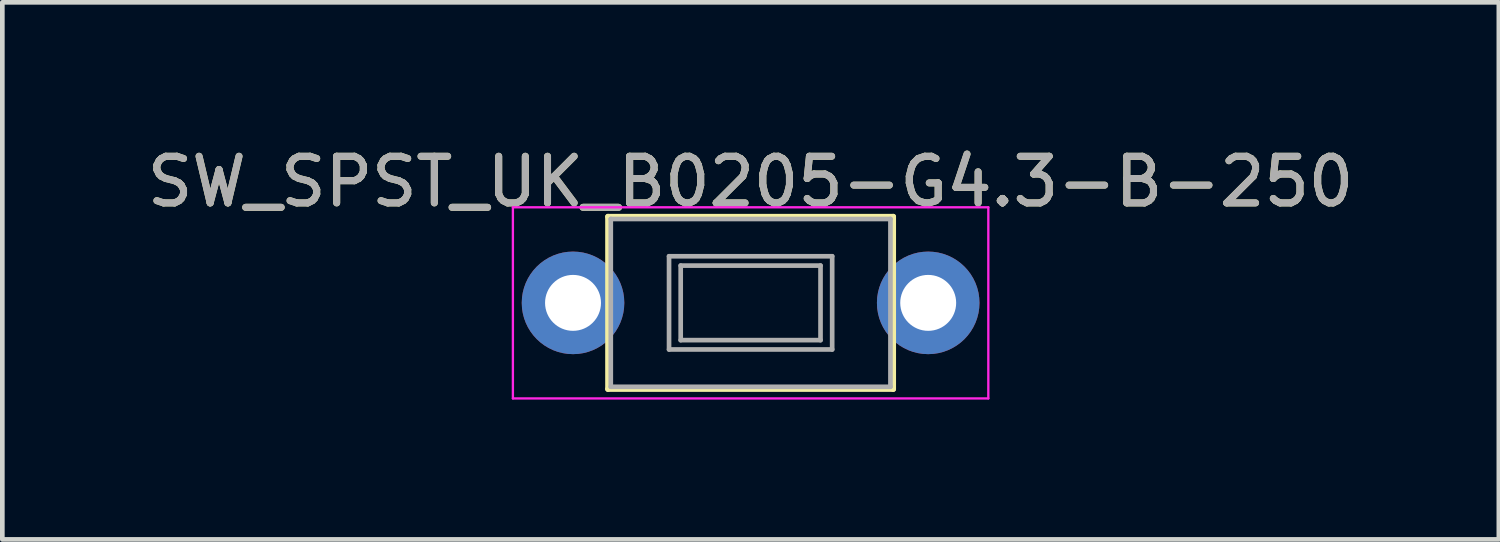
<source format=kicad_pcb>
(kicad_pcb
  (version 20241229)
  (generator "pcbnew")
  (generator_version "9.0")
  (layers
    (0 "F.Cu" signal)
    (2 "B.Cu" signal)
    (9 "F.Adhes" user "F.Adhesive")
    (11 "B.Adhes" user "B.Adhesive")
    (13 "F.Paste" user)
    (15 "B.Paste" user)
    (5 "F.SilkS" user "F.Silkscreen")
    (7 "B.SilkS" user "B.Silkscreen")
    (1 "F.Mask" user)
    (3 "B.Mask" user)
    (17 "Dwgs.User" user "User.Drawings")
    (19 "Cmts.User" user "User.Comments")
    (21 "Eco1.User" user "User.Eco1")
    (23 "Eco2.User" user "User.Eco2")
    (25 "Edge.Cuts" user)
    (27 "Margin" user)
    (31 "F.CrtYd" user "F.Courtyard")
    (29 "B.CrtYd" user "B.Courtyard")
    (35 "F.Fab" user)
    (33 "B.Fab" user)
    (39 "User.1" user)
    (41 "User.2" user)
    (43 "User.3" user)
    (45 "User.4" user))
  (footprint "SW_SPST_UK_B0205-G4.3-B-250"
    (layer "F.Cu")
    (at 13.054 3.448)
    (property "Reference" "SW_SPST_UK_B0205-G4.3-B-250" (at 0 -2.6 0) (layer "F.SilkS") (effects (font (size 1 1) (thickness 0.15))))
    (attr through_hole)
    (fp_line (start -3.06 -1.85) (end 3.06 -1.85) (stroke (width 0.12) (type solid)) (layer "F.SilkS"))
    (fp_line (start -3.06 1.85) (end -3.06 -1.85) (stroke (width 0.12) (type solid)) (layer "F.SilkS"))
    (fp_line (start 3.06 -1.85) (end 3.06 1.85) (stroke (width 0.12) (type solid)) (layer "F.SilkS"))
    (fp_line (start 3.06 1.85) (end -3.06 1.85) (stroke (width 0.12) (type solid)) (layer "F.SilkS"))
    (fp_line (start -5.1 -2.05) (end 5.1 -2.05) (stroke (width 0.05) (type solid)) (layer "F.CrtYd"))
    (fp_line (start -5.1 2.05) (end -5.1 -2.05) (stroke (width 0.05) (type solid)) (layer "F.CrtYd"))
    (fp_line (start 5.1 -2.05) (end 5.1 2.05) (stroke (width 0.05) (type solid)) (layer "F.CrtYd"))
    (fp_line (start 5.1 2.05) (end -5.1 2.05) (stroke (width 0.05) (type solid)) (layer "F.CrtYd"))
    (fp_line (start -3 -1.8) (end -3 1.8) (stroke (width 0.1) (type solid)) (layer "F.Fab"))
    (fp_line (start -3 -1.8) (end 3 -1.8) (stroke (width 0.1) (type solid)) (layer "F.Fab"))
    (fp_line (start -3 1.8) (end 3 1.8) (stroke (width 0.1) (type solid)) (layer "F.Fab"))
    (fp_line (start -1.75 -1) (end 1.75 -1) (stroke (width 0.1) (type solid)) (layer "F.Fab"))
    (fp_line (start -1.75 1) (end -1.75 -1) (stroke (width 0.1) (type solid)) (layer "F.Fab"))
    (fp_line (start -1.5 -0.8) (end -1.5 0.8) (stroke (width 0.1) (type solid)) (layer "F.Fab"))
    (fp_line (start -1.5 -0.8) (end 1.5 -0.8) (stroke (width 0.1) (type solid)) (layer "F.Fab"))
    (fp_line (start -1.5 0.8) (end 1.5 0.8) (stroke (width 0.1) (type solid)) (layer "F.Fab"))
    (fp_line (start 1.5 -0.8) (end 1.5 0.8) (stroke (width 0.1) (type solid)) (layer "F.Fab"))
    (fp_line (start 1.75 -1) (end 1.75 1) (stroke (width 0.1) (type solid)) (layer "F.Fab"))
    (fp_line (start 1.75 1) (end -1.75 1) (stroke (width 0.1) (type solid)) (layer "F.Fab"))
    (fp_line (start 3 -1.8) (end 3 1.8) (stroke (width 0.1) (type solid)) (layer "F.Fab"))
    (fp_text user "${REFERENCE}" (at 0 -2.6 0) (layer "F.Fab") (effects (font (size 1 1) (thickness 0.15))))
    (pad "1" thru_hole circle (at -3.81 0) (size 2.2 2.2) (drill 1.2) (layers "*.Cu" "*.Mask"))
    (pad "2" thru_hole circle (at 3.81 0) (size 2.2 2.2) (drill 1.2) (layers "*.Cu" "*.Mask")))
  (gr_rect
    (start -3 -3)
    (end 29.107 8.523)
    (stroke (width 0.1) (type default))
    (fill no)
    (layer "Edge.Cuts")))
</source>
